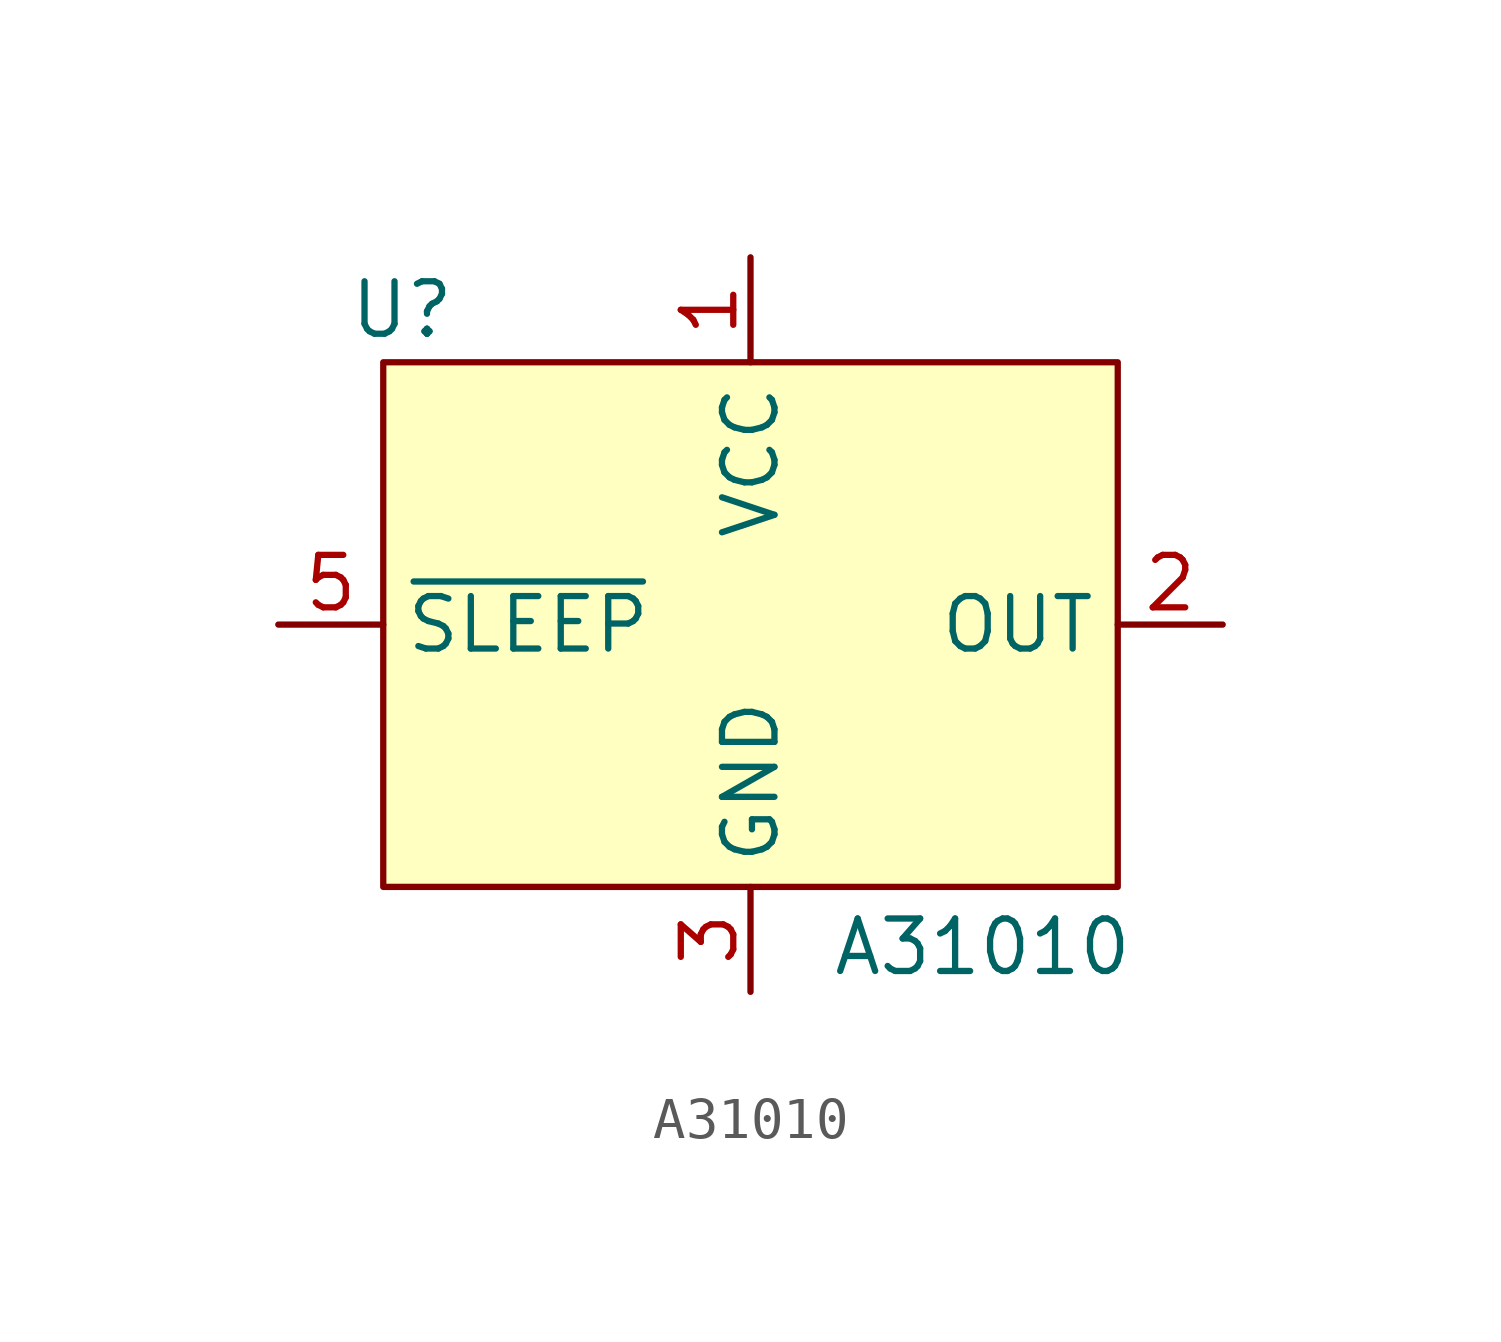
<source format=kicad_sym>
(kicad_symbol_lib
  (version 20211014)
  (generator kicad_symbol_editor)
  (symbol "A31010"
    (property "Reference" "U"
      (at -8.436 7.62 0)
      (effects (font (size 1.27 1.27))))
    (property "Value" "A31010"
      (at 5.618 -7.805 0)
      (effects (font (size 1.27 1.27))))
    (symbol "A31010_0_1"
      (rectangle (start -8.89 6.35) (end 8.89 -6.35) (stroke (width 0.152) (type default) (color 0 0 0 0)) (fill (type background))))
    (symbol "A31010_1_1"
      (pin input line (at 0 8.89 270) (length 2.54) (name "VCC" (effects (font (size 1.27 1.27)))) (number "1" (effects (font (size 1.27 1.27)))))
      (pin input line (at 11.43 0 180) (length 2.54) (name "OUT" (effects (font (size 1.27 1.27)))) (number "2" (effects (font (size 1.27 1.27)))))
      (pin input line (at 0 -8.89 90) (length 2.54) (name "GND" (effects (font (size 1.27 1.27)))) (number "3" (effects (font (size 1.27 1.27)))))
      (pin input line (at 0 -8.89 90) (length 2.54) hide (name "GND" (effects (font (size 1.27 1.27)))) (number "4" (effects (font (size 1.27 1.27)))))
      (pin input line (at 0 -8.89 90) (length 2.54) hide (name "GND" (effects (font (size 1.27 1.27)))) (number "5" (effects (font (size 1.27 1.27)))))
      (pin input line (at -11.43 0 0) (length 2.54) (name "~{SLEEP}" (effects (font (size 1.27 1.27)))) (number "5" (effects (font (size 1.27 1.27)))))
      (pin input line (at 0 -8.89 90) (length 2.54) hide (name "GND" (effects (font (size 1.27 1.27)))) (number "6" (effects (font (size 1.27 1.27)))))
      (pin input line (at 0 -8.89 90) (length 2.54) hide (name "GND" (effects (font (size 1.27 1.27)))) (number "7" (effects (font (size 1.27 1.27))))))))
</source>
